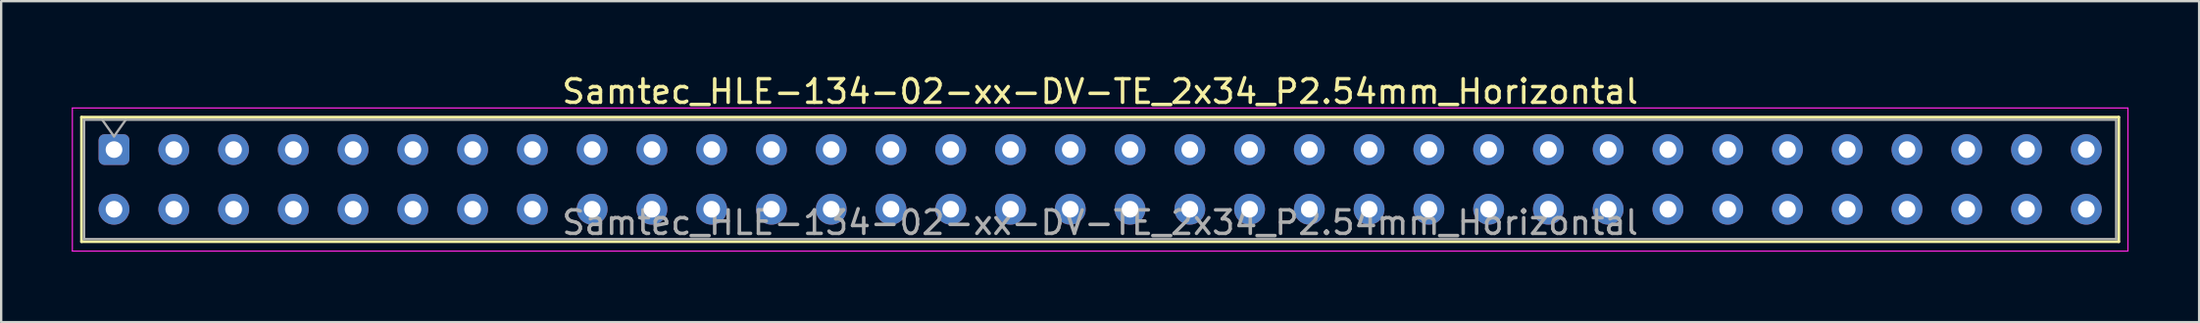
<source format=kicad_pcb>
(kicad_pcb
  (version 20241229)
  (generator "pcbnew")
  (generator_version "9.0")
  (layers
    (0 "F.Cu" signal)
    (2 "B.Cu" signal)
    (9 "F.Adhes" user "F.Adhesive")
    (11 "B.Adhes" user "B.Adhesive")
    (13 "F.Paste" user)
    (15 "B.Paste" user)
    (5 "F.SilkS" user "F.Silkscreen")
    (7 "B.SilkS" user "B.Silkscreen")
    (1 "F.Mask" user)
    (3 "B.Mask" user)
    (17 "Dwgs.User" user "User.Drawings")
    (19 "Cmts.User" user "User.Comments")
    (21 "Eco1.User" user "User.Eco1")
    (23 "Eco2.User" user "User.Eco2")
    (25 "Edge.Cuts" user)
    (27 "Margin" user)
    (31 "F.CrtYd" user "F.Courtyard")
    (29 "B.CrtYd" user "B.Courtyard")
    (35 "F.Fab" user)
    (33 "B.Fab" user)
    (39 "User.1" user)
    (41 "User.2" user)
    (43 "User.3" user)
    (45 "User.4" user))
  (footprint "Samtec_HLE-134-02-xx-DV-TE_2x34_P2.54mm_Horizontal"
    (layer "F.Cu")
    (at 1.795 3.318)
    (property "Reference" "Samtec_HLE-134-02-xx-DV-TE_2x34_P2.54mm_Horizontal" (at 41.91 -2.47 0) (layer "F.SilkS") (effects (font (size 1 1) (thickness 0.15))))
    (attr through_hole)
    (fp_line (start -1.38 -1.38) (end 85.2 -1.38) (stroke (width 0.12) (type solid)) (layer "F.SilkS"))
    (fp_line (start -1.38 3.92) (end -1.38 -1.38) (stroke (width 0.12) (type solid)) (layer "F.SilkS"))
    (fp_line (start 85.2 -1.38) (end 85.2 3.92) (stroke (width 0.12) (type solid)) (layer "F.SilkS"))
    (fp_line (start 85.2 3.92) (end -1.38 3.92) (stroke (width 0.12) (type solid)) (layer "F.SilkS"))
    (fp_line (start -1.77 -1.77) (end 85.59 -1.77) (stroke (width 0.05) (type solid)) (layer "F.CrtYd"))
    (fp_line (start -1.77 4.32) (end -1.77 -1.77) (stroke (width 0.05) (type solid)) (layer "F.CrtYd"))
    (fp_line (start 85.59 -1.77) (end 85.59 4.32) (stroke (width 0.05) (type solid)) (layer "F.CrtYd"))
    (fp_line (start 85.59 4.32) (end -1.77 4.32) (stroke (width 0.05) (type solid)) (layer "F.CrtYd"))
    (fp_line (start -1.27 -1.27) (end 85.09 -1.27) (stroke (width 0.1) (type solid)) (layer "F.Fab"))
    (fp_line (start -1.27 3.81) (end -1.27 -1.27) (stroke (width 0.1) (type solid)) (layer "F.Fab"))
    (fp_line (start -0.5 -1.27) (end 0 -0.563) (stroke (width 0.1) (type solid)) (layer "F.Fab"))
    (fp_line (start 0 -0.563) (end 0.5 -1.27) (stroke (width 0.1) (type solid)) (layer "F.Fab"))
    (fp_line (start 85.09 -1.27) (end 85.09 3.81) (stroke (width 0.1) (type solid)) (layer "F.Fab"))
    (fp_line (start 85.09 3.81) (end -1.27 3.81) (stroke (width 0.1) (type solid)) (layer "F.Fab"))
    (fp_text user "${REFERENCE}" (at 41.91 3.11 0) (layer "F.Fab") (effects (font (size 1 1) (thickness 0.15))))
    (pad "1" thru_hole roundrect (at 0 0) (size 1.31 1.31) (drill 0.71) (layers "*.Cu" "*.Mask") (roundrect_rratio 0.191))
    (pad "2" thru_hole circle (at 0 2.54) (size 1.31 1.31) (drill 0.71) (layers "*.Cu" "*.Mask"))
    (pad "3" thru_hole circle (at 2.54 0) (size 1.31 1.31) (drill 0.71) (layers "*.Cu" "*.Mask"))
    (pad "4" thru_hole circle (at 2.54 2.54) (size 1.31 1.31) (drill 0.71) (layers "*.Cu" "*.Mask"))
    (pad "5" thru_hole circle (at 5.08 0) (size 1.31 1.31) (drill 0.71) (layers "*.Cu" "*.Mask"))
    (pad "6" thru_hole circle (at 5.08 2.54) (size 1.31 1.31) (drill 0.71) (layers "*.Cu" "*.Mask"))
    (pad "7" thru_hole circle (at 7.62 0) (size 1.31 1.31) (drill 0.71) (layers "*.Cu" "*.Mask"))
    (pad "8" thru_hole circle (at 7.62 2.54) (size 1.31 1.31) (drill 0.71) (layers "*.Cu" "*.Mask"))
    (pad "9" thru_hole circle (at 10.16 0) (size 1.31 1.31) (drill 0.71) (layers "*.Cu" "*.Mask"))
    (pad "10" thru_hole circle (at 10.16 2.54) (size 1.31 1.31) (drill 0.71) (layers "*.Cu" "*.Mask"))
    (pad "11" thru_hole circle (at 12.7 0) (size 1.31 1.31) (drill 0.71) (layers "*.Cu" "*.Mask"))
    (pad "12" thru_hole circle (at 12.7 2.54) (size 1.31 1.31) (drill 0.71) (layers "*.Cu" "*.Mask"))
    (pad "13" thru_hole circle (at 15.24 0) (size 1.31 1.31) (drill 0.71) (layers "*.Cu" "*.Mask"))
    (pad "14" thru_hole circle (at 15.24 2.54) (size 1.31 1.31) (drill 0.71) (layers "*.Cu" "*.Mask"))
    (pad "15" thru_hole circle (at 17.78 0) (size 1.31 1.31) (drill 0.71) (layers "*.Cu" "*.Mask"))
    (pad "16" thru_hole circle (at 17.78 2.54) (size 1.31 1.31) (drill 0.71) (layers "*.Cu" "*.Mask"))
    (pad "17" thru_hole circle (at 20.32 0) (size 1.31 1.31) (drill 0.71) (layers "*.Cu" "*.Mask"))
    (pad "18" thru_hole circle (at 20.32 2.54) (size 1.31 1.31) (drill 0.71) (layers "*.Cu" "*.Mask"))
    (pad "19" thru_hole circle (at 22.86 0) (size 1.31 1.31) (drill 0.71) (layers "*.Cu" "*.Mask"))
    (pad "20" thru_hole circle (at 22.86 2.54) (size 1.31 1.31) (drill 0.71) (layers "*.Cu" "*.Mask"))
    (pad "21" thru_hole circle (at 25.4 0) (size 1.31 1.31) (drill 0.71) (layers "*.Cu" "*.Mask"))
    (pad "22" thru_hole circle (at 25.4 2.54) (size 1.31 1.31) (drill 0.71) (layers "*.Cu" "*.Mask"))
    (pad "23" thru_hole circle (at 27.94 0) (size 1.31 1.31) (drill 0.71) (layers "*.Cu" "*.Mask"))
    (pad "24" thru_hole circle (at 27.94 2.54) (size 1.31 1.31) (drill 0.71) (layers "*.Cu" "*.Mask"))
    (pad "25" thru_hole circle (at 30.48 0) (size 1.31 1.31) (drill 0.71) (layers "*.Cu" "*.Mask"))
    (pad "26" thru_hole circle (at 30.48 2.54) (size 1.31 1.31) (drill 0.71) (layers "*.Cu" "*.Mask"))
    (pad "27" thru_hole circle (at 33.02 0) (size 1.31 1.31) (drill 0.71) (layers "*.Cu" "*.Mask"))
    (pad "28" thru_hole circle (at 33.02 2.54) (size 1.31 1.31) (drill 0.71) (layers "*.Cu" "*.Mask"))
    (pad "29" thru_hole circle (at 35.56 0) (size 1.31 1.31) (drill 0.71) (layers "*.Cu" "*.Mask"))
    (pad "30" thru_hole circle (at 35.56 2.54) (size 1.31 1.31) (drill 0.71) (layers "*.Cu" "*.Mask"))
    (pad "31" thru_hole circle (at 38.1 0) (size 1.31 1.31) (drill 0.71) (layers "*.Cu" "*.Mask"))
    (pad "32" thru_hole circle (at 38.1 2.54) (size 1.31 1.31) (drill 0.71) (layers "*.Cu" "*.Mask"))
    (pad "33" thru_hole circle (at 40.64 0) (size 1.31 1.31) (drill 0.71) (layers "*.Cu" "*.Mask"))
    (pad "34" thru_hole circle (at 40.64 2.54) (size 1.31 1.31) (drill 0.71) (layers "*.Cu" "*.Mask"))
    (pad "35" thru_hole circle (at 43.18 0) (size 1.31 1.31) (drill 0.71) (layers "*.Cu" "*.Mask"))
    (pad "36" thru_hole circle (at 43.18 2.54) (size 1.31 1.31) (drill 0.71) (layers "*.Cu" "*.Mask"))
    (pad "37" thru_hole circle (at 45.72 0) (size 1.31 1.31) (drill 0.71) (layers "*.Cu" "*.Mask"))
    (pad "38" thru_hole circle (at 45.72 2.54) (size 1.31 1.31) (drill 0.71) (layers "*.Cu" "*.Mask"))
    (pad "39" thru_hole circle (at 48.26 0) (size 1.31 1.31) (drill 0.71) (layers "*.Cu" "*.Mask"))
    (pad "40" thru_hole circle (at 48.26 2.54) (size 1.31 1.31) (drill 0.71) (layers "*.Cu" "*.Mask"))
    (pad "41" thru_hole circle (at 50.8 0) (size 1.31 1.31) (drill 0.71) (layers "*.Cu" "*.Mask"))
    (pad "42" thru_hole circle (at 50.8 2.54) (size 1.31 1.31) (drill 0.71) (layers "*.Cu" "*.Mask"))
    (pad "43" thru_hole circle (at 53.34 0) (size 1.31 1.31) (drill 0.71) (layers "*.Cu" "*.Mask"))
    (pad "44" thru_hole circle (at 53.34 2.54) (size 1.31 1.31) (drill 0.71) (layers "*.Cu" "*.Mask"))
    (pad "45" thru_hole circle (at 55.88 0) (size 1.31 1.31) (drill 0.71) (layers "*.Cu" "*.Mask"))
    (pad "46" thru_hole circle (at 55.88 2.54) (size 1.31 1.31) (drill 0.71) (layers "*.Cu" "*.Mask"))
    (pad "47" thru_hole circle (at 58.42 0) (size 1.31 1.31) (drill 0.71) (layers "*.Cu" "*.Mask"))
    (pad "48" thru_hole circle (at 58.42 2.54) (size 1.31 1.31) (drill 0.71) (layers "*.Cu" "*.Mask"))
    (pad "49" thru_hole circle (at 60.96 0) (size 1.31 1.31) (drill 0.71) (layers "*.Cu" "*.Mask"))
    (pad "50" thru_hole circle (at 60.96 2.54) (size 1.31 1.31) (drill 0.71) (layers "*.Cu" "*.Mask"))
    (pad "51" thru_hole circle (at 63.5 0) (size 1.31 1.31) (drill 0.71) (layers "*.Cu" "*.Mask"))
    (pad "52" thru_hole circle (at 63.5 2.54) (size 1.31 1.31) (drill 0.71) (layers "*.Cu" "*.Mask"))
    (pad "53" thru_hole circle (at 66.04 0) (size 1.31 1.31) (drill 0.71) (layers "*.Cu" "*.Mask"))
    (pad "54" thru_hole circle (at 66.04 2.54) (size 1.31 1.31) (drill 0.71) (layers "*.Cu" "*.Mask"))
    (pad "55" thru_hole circle (at 68.58 0) (size 1.31 1.31) (drill 0.71) (layers "*.Cu" "*.Mask"))
    (pad "56" thru_hole circle (at 68.58 2.54) (size 1.31 1.31) (drill 0.71) (layers "*.Cu" "*.Mask"))
    (pad "57" thru_hole circle (at 71.12 0) (size 1.31 1.31) (drill 0.71) (layers "*.Cu" "*.Mask"))
    (pad "58" thru_hole circle (at 71.12 2.54) (size 1.31 1.31) (drill 0.71) (layers "*.Cu" "*.Mask"))
    (pad "59" thru_hole circle (at 73.66 0) (size 1.31 1.31) (drill 0.71) (layers "*.Cu" "*.Mask"))
    (pad "60" thru_hole circle (at 73.66 2.54) (size 1.31 1.31) (drill 0.71) (layers "*.Cu" "*.Mask"))
    (pad "61" thru_hole circle (at 76.2 0) (size 1.31 1.31) (drill 0.71) (layers "*.Cu" "*.Mask"))
    (pad "62" thru_hole circle (at 76.2 2.54) (size 1.31 1.31) (drill 0.71) (layers "*.Cu" "*.Mask"))
    (pad "63" thru_hole circle (at 78.74 0) (size 1.31 1.31) (drill 0.71) (layers "*.Cu" "*.Mask"))
    (pad "64" thru_hole circle (at 78.74 2.54) (size 1.31 1.31) (drill 0.71) (layers "*.Cu" "*.Mask"))
    (pad "65" thru_hole circle (at 81.28 0) (size 1.31 1.31) (drill 0.71) (layers "*.Cu" "*.Mask"))
    (pad "66" thru_hole circle (at 81.28 2.54) (size 1.31 1.31) (drill 0.71) (layers "*.Cu" "*.Mask"))
    (pad "67" thru_hole circle (at 83.82 0) (size 1.31 1.31) (drill 0.71) (layers "*.Cu" "*.Mask"))
    (pad "68" thru_hole circle (at 83.82 2.54) (size 1.31 1.31) (drill 0.71) (layers "*.Cu" "*.Mask")))
  (gr_rect
    (start -3 -3)
    (end 90.41 10.663)
    (stroke (width 0.1) (type default))
    (fill no)
    (layer "Edge.Cuts")))
</source>
